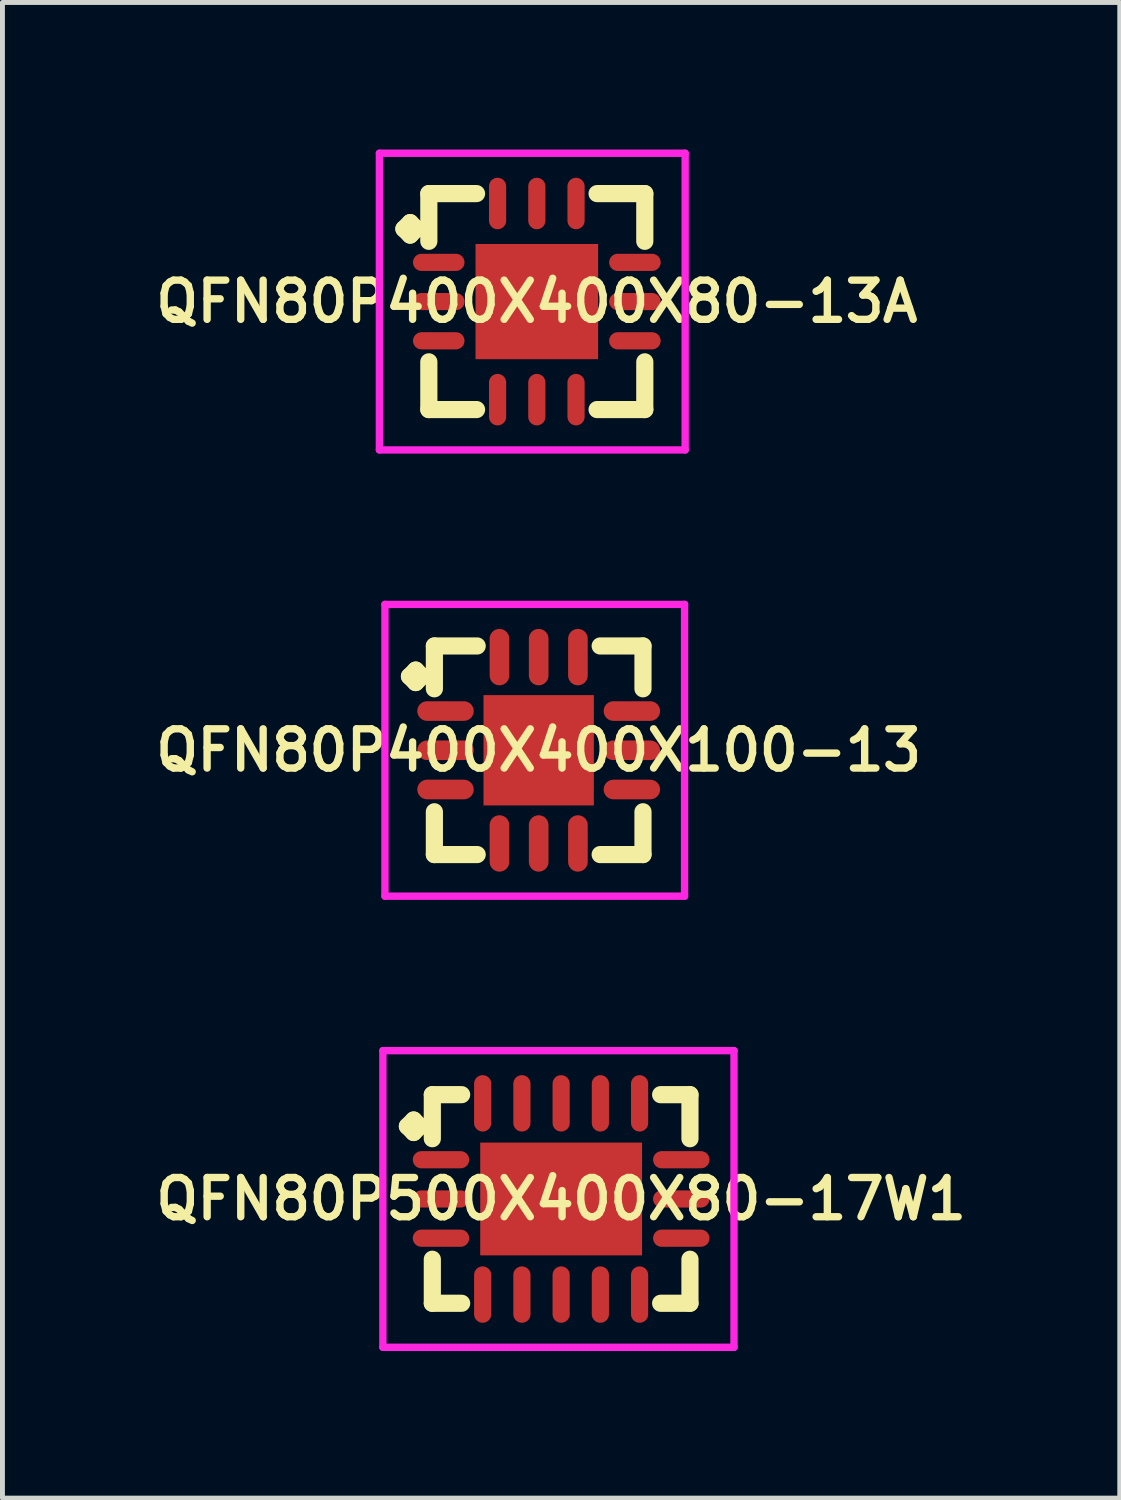
<source format=kicad_pcb>
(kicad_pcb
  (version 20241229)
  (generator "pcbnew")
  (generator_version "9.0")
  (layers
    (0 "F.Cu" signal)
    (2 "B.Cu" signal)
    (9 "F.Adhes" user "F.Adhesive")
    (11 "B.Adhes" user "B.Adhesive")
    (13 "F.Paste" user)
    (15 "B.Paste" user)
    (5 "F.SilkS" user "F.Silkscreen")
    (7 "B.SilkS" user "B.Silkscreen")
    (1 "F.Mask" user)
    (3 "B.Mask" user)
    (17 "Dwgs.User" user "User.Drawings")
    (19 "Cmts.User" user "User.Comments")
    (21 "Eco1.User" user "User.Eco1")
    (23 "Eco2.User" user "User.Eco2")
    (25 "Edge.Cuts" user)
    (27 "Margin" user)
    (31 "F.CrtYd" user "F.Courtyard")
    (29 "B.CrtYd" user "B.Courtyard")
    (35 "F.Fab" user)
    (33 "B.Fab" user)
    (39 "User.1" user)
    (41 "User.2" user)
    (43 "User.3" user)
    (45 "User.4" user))
  (footprint "QFN80P400X400X80-13A"
    (layer "F.Cu")
    (at 7.897 3.1)
    (property "Reference" "QFN80P400X400X80-13A" (at 0 0 0) (layer "F.SilkS") (effects (font (size 0.8 0.8) (thickness 0.15))))
    (attr smd)
    (fp_line (start -2.71 -1.483) (end -2.583 -1.61) (stroke (width 0.35) (type solid)) (layer "F.SilkS"))
    (fp_line (start -2.583 -1.61) (end -2.456 -1.483) (stroke (width 0.35) (type solid)) (layer "F.SilkS"))
    (fp_line (start -2.583 -1.356) (end -2.71 -1.483) (stroke (width 0.35) (type solid)) (layer "F.SilkS"))
    (fp_line (start -2.456 -1.483) (end -2.583 -1.356) (stroke (width 0.35) (type solid)) (layer "F.SilkS"))
    (fp_line (start -2.202 -2.202) (end -1.229 -2.202) (stroke (width 0.35) (type solid)) (layer "F.SilkS"))
    (fp_line (start -2.202 -1.229) (end -2.202 -2.202) (stroke (width 0.35) (type solid)) (layer "F.SilkS"))
    (fp_line (start -2.202 1.229) (end -2.202 2.202) (stroke (width 0.35) (type solid)) (layer "F.SilkS"))
    (fp_line (start -2.202 2.202) (end -1.229 2.202) (stroke (width 0.35) (type solid)) (layer "F.SilkS"))
    (fp_line (start 1.229 -2.202) (end 2.202 -2.202) (stroke (width 0.35) (type solid)) (layer "F.SilkS"))
    (fp_line (start 1.229 2.202) (end 2.202 2.202) (stroke (width 0.35) (type solid)) (layer "F.SilkS"))
    (fp_line (start 2.202 -2.202) (end 2.202 -1.229) (stroke (width 0.35) (type solid)) (layer "F.SilkS"))
    (fp_line (start 2.202 2.202) (end 2.202 1.229) (stroke (width 0.35) (type solid)) (layer "F.SilkS"))
    (fp_line (start -3.21 -3.025) (end 3.025 -3.025) (stroke (width 0.15) (type solid)) (layer "F.CrtYd"))
    (fp_line (start -3.21 3.025) (end -3.21 -3.025) (stroke (width 0.15) (type solid)) (layer "F.CrtYd"))
    (fp_line (start 3.025 -3.025) (end 3.025 3.025) (stroke (width 0.15) (type solid)) (layer "F.CrtYd"))
    (fp_line (start 3.025 3.025) (end -3.21 3.025) (stroke (width 0.15) (type solid)) (layer "F.CrtYd"))
    (pad "1" smd oval (at -2 -0.8) (size 1.05 0.35) (layers "F.Cu" "F.Mask" "F.Paste"))
    (pad "2" smd oval (at -2 0) (size 1.05 0.35) (layers "F.Cu" "F.Mask" "F.Paste"))
    (pad "3" smd oval (at -2 0.8) (size 1.05 0.35) (layers "F.Cu" "F.Mask" "F.Paste"))
    (pad "4" smd oval (at -0.8 2) (size 0.35 1.05) (layers "F.Cu" "F.Mask" "F.Paste"))
    (pad "5" smd oval (at 0 2) (size 0.35 1.05) (layers "F.Cu" "F.Mask" "F.Paste"))
    (pad "6" smd oval (at 0.8 2) (size 0.35 1.05) (layers "F.Cu" "F.Mask" "F.Paste"))
    (pad "7" smd oval (at 2 0.8) (size 1.05 0.35) (layers "F.Cu" "F.Mask" "F.Paste"))
    (pad "8" smd oval (at 2 0) (size 1.05 0.35) (layers "F.Cu" "F.Mask" "F.Paste"))
    (pad "9" smd oval (at 2 -0.8) (size 1.05 0.35) (layers "F.Cu" "F.Mask" "F.Paste"))
    (pad "10" smd oval (at 0.8 -2) (size 0.35 1.05) (layers "F.Cu" "F.Mask" "F.Paste"))
    (pad "11" smd oval (at 0 -2) (size 0.35 1.05) (layers "F.Cu" "F.Mask" "F.Paste"))
    (pad "12" smd oval (at -0.8 -2) (size 0.35 1.05) (layers "F.Cu" "F.Mask" "F.Paste"))
    (pad "13" smd rect (at 0 0) (size 2.5 2.35) (layers "F.Cu" "F.Mask" "F.Paste")))
  (footprint "QFN80P400X400X100-13"
    (layer "F.Cu")
    (at 7.935 12.25)
    (property "Reference" "QFN80P400X400X100-13" (at 0 0 0) (layer "F.SilkS") (effects (font (size 0.8 0.8) (thickness 0.15))))
    (attr smd)
    (fp_line (start -2.635 -1.508) (end -2.508 -1.635) (stroke (width 0.35) (type solid)) (layer "F.SilkS"))
    (fp_line (start -2.508 -1.635) (end -2.381 -1.508) (stroke (width 0.35) (type solid)) (layer "F.SilkS"))
    (fp_line (start -2.508 -1.381) (end -2.635 -1.508) (stroke (width 0.35) (type solid)) (layer "F.SilkS"))
    (fp_line (start -2.381 -1.508) (end -2.508 -1.381) (stroke (width 0.35) (type solid)) (layer "F.SilkS"))
    (fp_line (start -2.127 -2.127) (end -1.254 -2.127) (stroke (width 0.35) (type solid)) (layer "F.SilkS"))
    (fp_line (start -2.127 -1.254) (end -2.127 -2.127) (stroke (width 0.35) (type solid)) (layer "F.SilkS"))
    (fp_line (start -2.127 1.254) (end -2.127 2.127) (stroke (width 0.35) (type solid)) (layer "F.SilkS"))
    (fp_line (start -2.127 2.127) (end -1.254 2.127) (stroke (width 0.35) (type solid)) (layer "F.SilkS"))
    (fp_line (start 1.254 -2.127) (end 2.127 -2.127) (stroke (width 0.35) (type solid)) (layer "F.SilkS"))
    (fp_line (start 1.254 2.127) (end 2.127 2.127) (stroke (width 0.35) (type solid)) (layer "F.SilkS"))
    (fp_line (start 2.127 -2.127) (end 2.127 -1.254) (stroke (width 0.35) (type solid)) (layer "F.SilkS"))
    (fp_line (start 2.127 2.127) (end 2.127 1.254) (stroke (width 0.35) (type solid)) (layer "F.SilkS"))
    (fp_line (start -3.135 -2.975) (end 2.975 -2.975) (stroke (width 0.15) (type solid)) (layer "F.CrtYd"))
    (fp_line (start -3.135 2.975) (end -3.135 -2.975) (stroke (width 0.15) (type solid)) (layer "F.CrtYd"))
    (fp_line (start 2.975 -2.975) (end 2.975 2.975) (stroke (width 0.15) (type solid)) (layer "F.CrtYd"))
    (fp_line (start 2.975 2.975) (end -3.135 2.975) (stroke (width 0.15) (type solid)) (layer "F.CrtYd"))
    (pad "1" smd oval (at -1.9 -0.8) (size 1.15 0.4) (layers "F.Cu" "F.Mask" "F.Paste"))
    (pad "2" smd oval (at -1.9 0) (size 1.15 0.4) (layers "F.Cu" "F.Mask" "F.Paste"))
    (pad "3" smd oval (at -1.9 0.8) (size 1.15 0.4) (layers "F.Cu" "F.Mask" "F.Paste"))
    (pad "4" smd oval (at -0.8 1.9) (size 0.4 1.15) (layers "F.Cu" "F.Mask" "F.Paste"))
    (pad "5" smd oval (at 0 1.9) (size 0.4 1.15) (layers "F.Cu" "F.Mask" "F.Paste"))
    (pad "6" smd oval (at 0.8 1.9) (size 0.4 1.15) (layers "F.Cu" "F.Mask" "F.Paste"))
    (pad "7" smd oval (at 1.9 0.8) (size 1.15 0.4) (layers "F.Cu" "F.Mask" "F.Paste"))
    (pad "8" smd oval (at 1.9 0) (size 1.15 0.4) (layers "F.Cu" "F.Mask" "F.Paste"))
    (pad "9" smd oval (at 1.9 -0.8) (size 1.15 0.4) (layers "F.Cu" "F.Mask" "F.Paste"))
    (pad "10" smd oval (at 0.8 -1.9) (size 0.4 1.15) (layers "F.Cu" "F.Mask" "F.Paste"))
    (pad "11" smd oval (at 0 -1.9) (size 0.4 1.15) (layers "F.Cu" "F.Mask" "F.Paste"))
    (pad "12" smd oval (at -0.8 -1.9) (size 0.4 1.15) (layers "F.Cu" "F.Mask" "F.Paste"))
    (pad "13" smd rect (at 0 0) (size 2.25 2.25) (layers "F.Cu" "F.Mask" "F.Paste")))
  (footprint "QFN80P500X400X80-17W1"
    (layer "F.Cu")
    (at 8.393 21.4)
    (property "Reference" "QFN80P500X400X80-17W1" (at 0 0 0) (layer "F.SilkS") (effects (font (size 0.8 0.8) (thickness 0.15))))
    (attr smd)
    (fp_line (start -3.135 -1.483) (end -3.008 -1.61) (stroke (width 0.35) (type solid)) (layer "F.SilkS"))
    (fp_line (start -3.008 -1.61) (end -2.881 -1.483) (stroke (width 0.35) (type solid)) (layer "F.SilkS"))
    (fp_line (start -3.008 -1.356) (end -3.135 -1.483) (stroke (width 0.35) (type solid)) (layer "F.SilkS"))
    (fp_line (start -2.881 -1.483) (end -3.008 -1.356) (stroke (width 0.35) (type solid)) (layer "F.SilkS"))
    (fp_line (start -2.627 -2.127) (end -2.029 -2.127) (stroke (width 0.35) (type solid)) (layer "F.SilkS"))
    (fp_line (start -2.627 -1.229) (end -2.627 -2.127) (stroke (width 0.35) (type solid)) (layer "F.SilkS"))
    (fp_line (start -2.627 1.229) (end -2.627 2.127) (stroke (width 0.35) (type solid)) (layer "F.SilkS"))
    (fp_line (start -2.627 2.127) (end -2.029 2.127) (stroke (width 0.35) (type solid)) (layer "F.SilkS"))
    (fp_line (start 2.029 -2.127) (end 2.627 -2.127) (stroke (width 0.35) (type solid)) (layer "F.SilkS"))
    (fp_line (start 2.029 2.127) (end 2.627 2.127) (stroke (width 0.35) (type solid)) (layer "F.SilkS"))
    (fp_line (start 2.627 -2.127) (end 2.627 -1.229) (stroke (width 0.35) (type solid)) (layer "F.SilkS"))
    (fp_line (start 2.627 2.127) (end 2.627 1.229) (stroke (width 0.35) (type solid)) (layer "F.SilkS"))
    (fp_line (start -3.635 -3.025) (end 3.525 -3.025) (stroke (width 0.15) (type solid)) (layer "F.CrtYd"))
    (fp_line (start -3.635 3.025) (end -3.635 -3.025) (stroke (width 0.15) (type solid)) (layer "F.CrtYd"))
    (fp_line (start 3.525 -3.025) (end 3.525 3.025) (stroke (width 0.15) (type solid)) (layer "F.CrtYd"))
    (fp_line (start 3.525 3.025) (end -3.635 3.025) (stroke (width 0.15) (type solid)) (layer "F.CrtYd"))
    (pad "1" smd oval (at -2.45 -0.8) (size 1.15 0.35) (layers "F.Cu" "F.Mask" "F.Paste"))
    (pad "2" smd oval (at -2.45 0) (size 1.15 0.35) (layers "F.Cu" "F.Mask" "F.Paste"))
    (pad "3" smd oval (at -2.45 0.8) (size 1.15 0.35) (layers "F.Cu" "F.Mask" "F.Paste"))
    (pad "4" smd oval (at -1.6 1.95) (size 0.35 1.15) (layers "F.Cu" "F.Mask" "F.Paste"))
    (pad "5" smd oval (at -0.8 1.95) (size 0.35 1.15) (layers "F.Cu" "F.Mask" "F.Paste"))
    (pad "6" smd oval (at 0 1.95) (size 0.35 1.15) (layers "F.Cu" "F.Mask" "F.Paste"))
    (pad "7" smd oval (at 0.8 1.95) (size 0.35 1.15) (layers "F.Cu" "F.Mask" "F.Paste"))
    (pad "8" smd oval (at 1.6 1.95) (size 0.35 1.15) (layers "F.Cu" "F.Mask" "F.Paste"))
    (pad "9" smd oval (at 2.45 0.8) (size 1.15 0.35) (layers "F.Cu" "F.Mask" "F.Paste"))
    (pad "10" smd oval (at 2.45 0) (size 1.15 0.35) (layers "F.Cu" "F.Mask" "F.Paste"))
    (pad "11" smd oval (at 2.45 -0.8) (size 1.15 0.35) (layers "F.Cu" "F.Mask" "F.Paste"))
    (pad "12" smd oval (at 1.6 -1.95) (size 0.35 1.15) (layers "F.Cu" "F.Mask" "F.Paste"))
    (pad "13" smd oval (at 0.8 -1.95) (size 0.35 1.15) (layers "F.Cu" "F.Mask" "F.Paste"))
    (pad "14" smd oval (at 0 -1.95) (size 0.35 1.15) (layers "F.Cu" "F.Mask" "F.Paste"))
    (pad "15" smd oval (at -0.8 -1.95) (size 0.35 1.15) (layers "F.Cu" "F.Mask" "F.Paste"))
    (pad "16" smd oval (at -1.6 -1.95) (size 0.35 1.15) (layers "F.Cu" "F.Mask" "F.Paste"))
    (pad "17" smd rect (at 0 0) (size 3.3 2.3) (layers "F.Cu" "F.Mask" "F.Paste")))
  (gr_rect
    (start -3 -3)
    (end 19.785 27.5)
    (stroke (width 0.1) (type default))
    (fill no)
    (layer "Edge.Cuts")))
</source>
